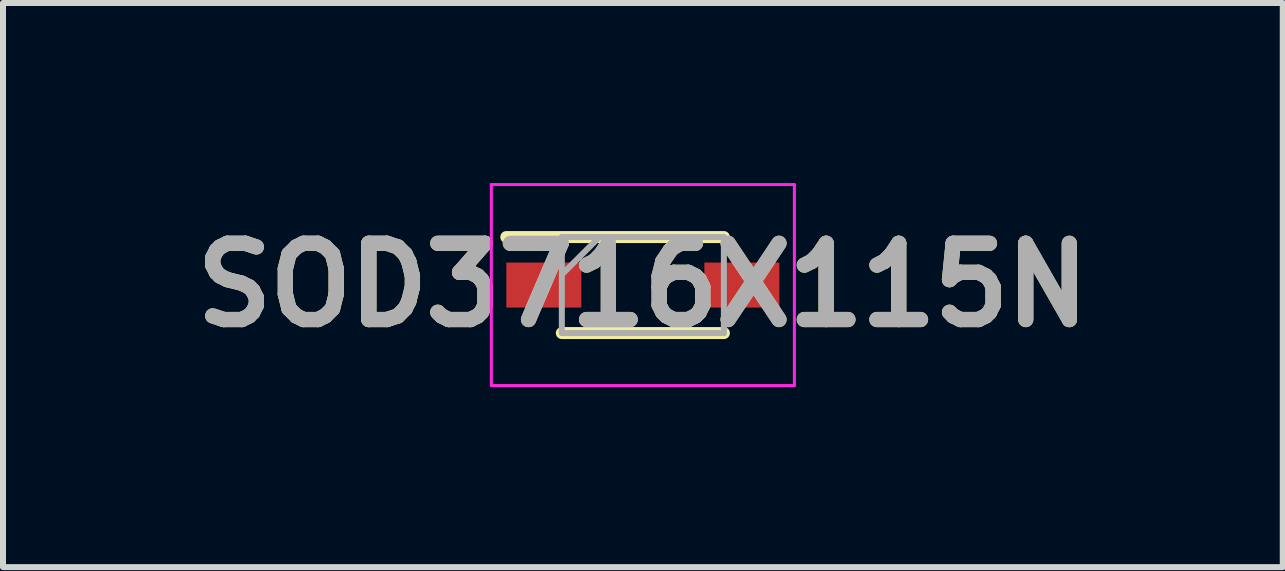
<source format=kicad_pcb>
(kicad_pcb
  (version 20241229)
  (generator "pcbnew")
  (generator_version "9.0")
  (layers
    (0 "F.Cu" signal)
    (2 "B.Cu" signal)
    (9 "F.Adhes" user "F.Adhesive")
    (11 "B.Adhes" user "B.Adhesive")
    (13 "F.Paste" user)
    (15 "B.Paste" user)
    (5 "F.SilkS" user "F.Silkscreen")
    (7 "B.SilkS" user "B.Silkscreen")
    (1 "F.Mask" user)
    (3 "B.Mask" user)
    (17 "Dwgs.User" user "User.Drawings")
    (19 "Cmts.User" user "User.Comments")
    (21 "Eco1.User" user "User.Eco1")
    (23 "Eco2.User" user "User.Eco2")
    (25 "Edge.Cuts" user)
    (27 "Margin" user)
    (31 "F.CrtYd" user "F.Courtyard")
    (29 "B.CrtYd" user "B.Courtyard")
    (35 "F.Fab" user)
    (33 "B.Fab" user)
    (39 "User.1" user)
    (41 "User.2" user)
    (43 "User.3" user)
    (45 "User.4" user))
  (footprint "SOD3716X115N"
    (layer "F.Cu")
    (at 7.662 1.7)
    (property "Reference" "SOD3716X115N" (at 0 0 0) (layer "F.SilkS") (effects (font (size 1.27 1.27) (thickness 0.254))))
    (attr smd)
    (fp_line (start -2.275 -0.8) (end 1.35 -0.8) (stroke (width 0.2) (type solid)) (layer "F.SilkS"))
    (fp_line (start -1.35 0.8) (end 1.35 0.8) (stroke (width 0.2) (type solid)) (layer "F.SilkS"))
    (fp_line (start -2.525 -1.675) (end 2.525 -1.675) (stroke (width 0.05) (type solid)) (layer "F.CrtYd"))
    (fp_line (start -2.525 1.675) (end -2.525 -1.675) (stroke (width 0.05) (type solid)) (layer "F.CrtYd"))
    (fp_line (start 2.525 -1.675) (end 2.525 1.675) (stroke (width 0.05) (type solid)) (layer "F.CrtYd"))
    (fp_line (start 2.525 1.675) (end -2.525 1.675) (stroke (width 0.05) (type solid)) (layer "F.CrtYd"))
    (fp_line (start -1.35 -0.8) (end 1.35 -0.8) (stroke (width 0.1) (type solid)) (layer "F.Fab"))
    (fp_line (start -1.35 -0.175) (end -0.725 -0.8) (stroke (width 0.1) (type solid)) (layer "F.Fab"))
    (fp_line (start -1.35 0.8) (end -1.35 -0.8) (stroke (width 0.1) (type solid)) (layer "F.Fab"))
    (fp_line (start 1.35 -0.8) (end 1.35 0.8) (stroke (width 0.1) (type solid)) (layer "F.Fab"))
    (fp_line (start 1.35 0.8) (end -1.35 0.8) (stroke (width 0.1) (type solid)) (layer "F.Fab"))
    (fp_text user "${REFERENCE}" (at 0 0 0) (layer "F.Fab") (effects (font (size 1.27 1.27) (thickness 0.254))))
    (pad "1" smd rect (at -1.65 0 90) (size 0.75 1.25) (layers "F.Cu" "F.Mask" "F.Paste"))
    (pad "2" smd rect (at 1.65 0 90) (size 0.75 1.25) (layers "F.Cu" "F.Mask" "F.Paste")))
  (gr_rect
    (start -3 -3)
    (end 18.325 6.4)
    (stroke (width 0.1) (type default))
    (fill no)
    (layer "Edge.Cuts")))
</source>
